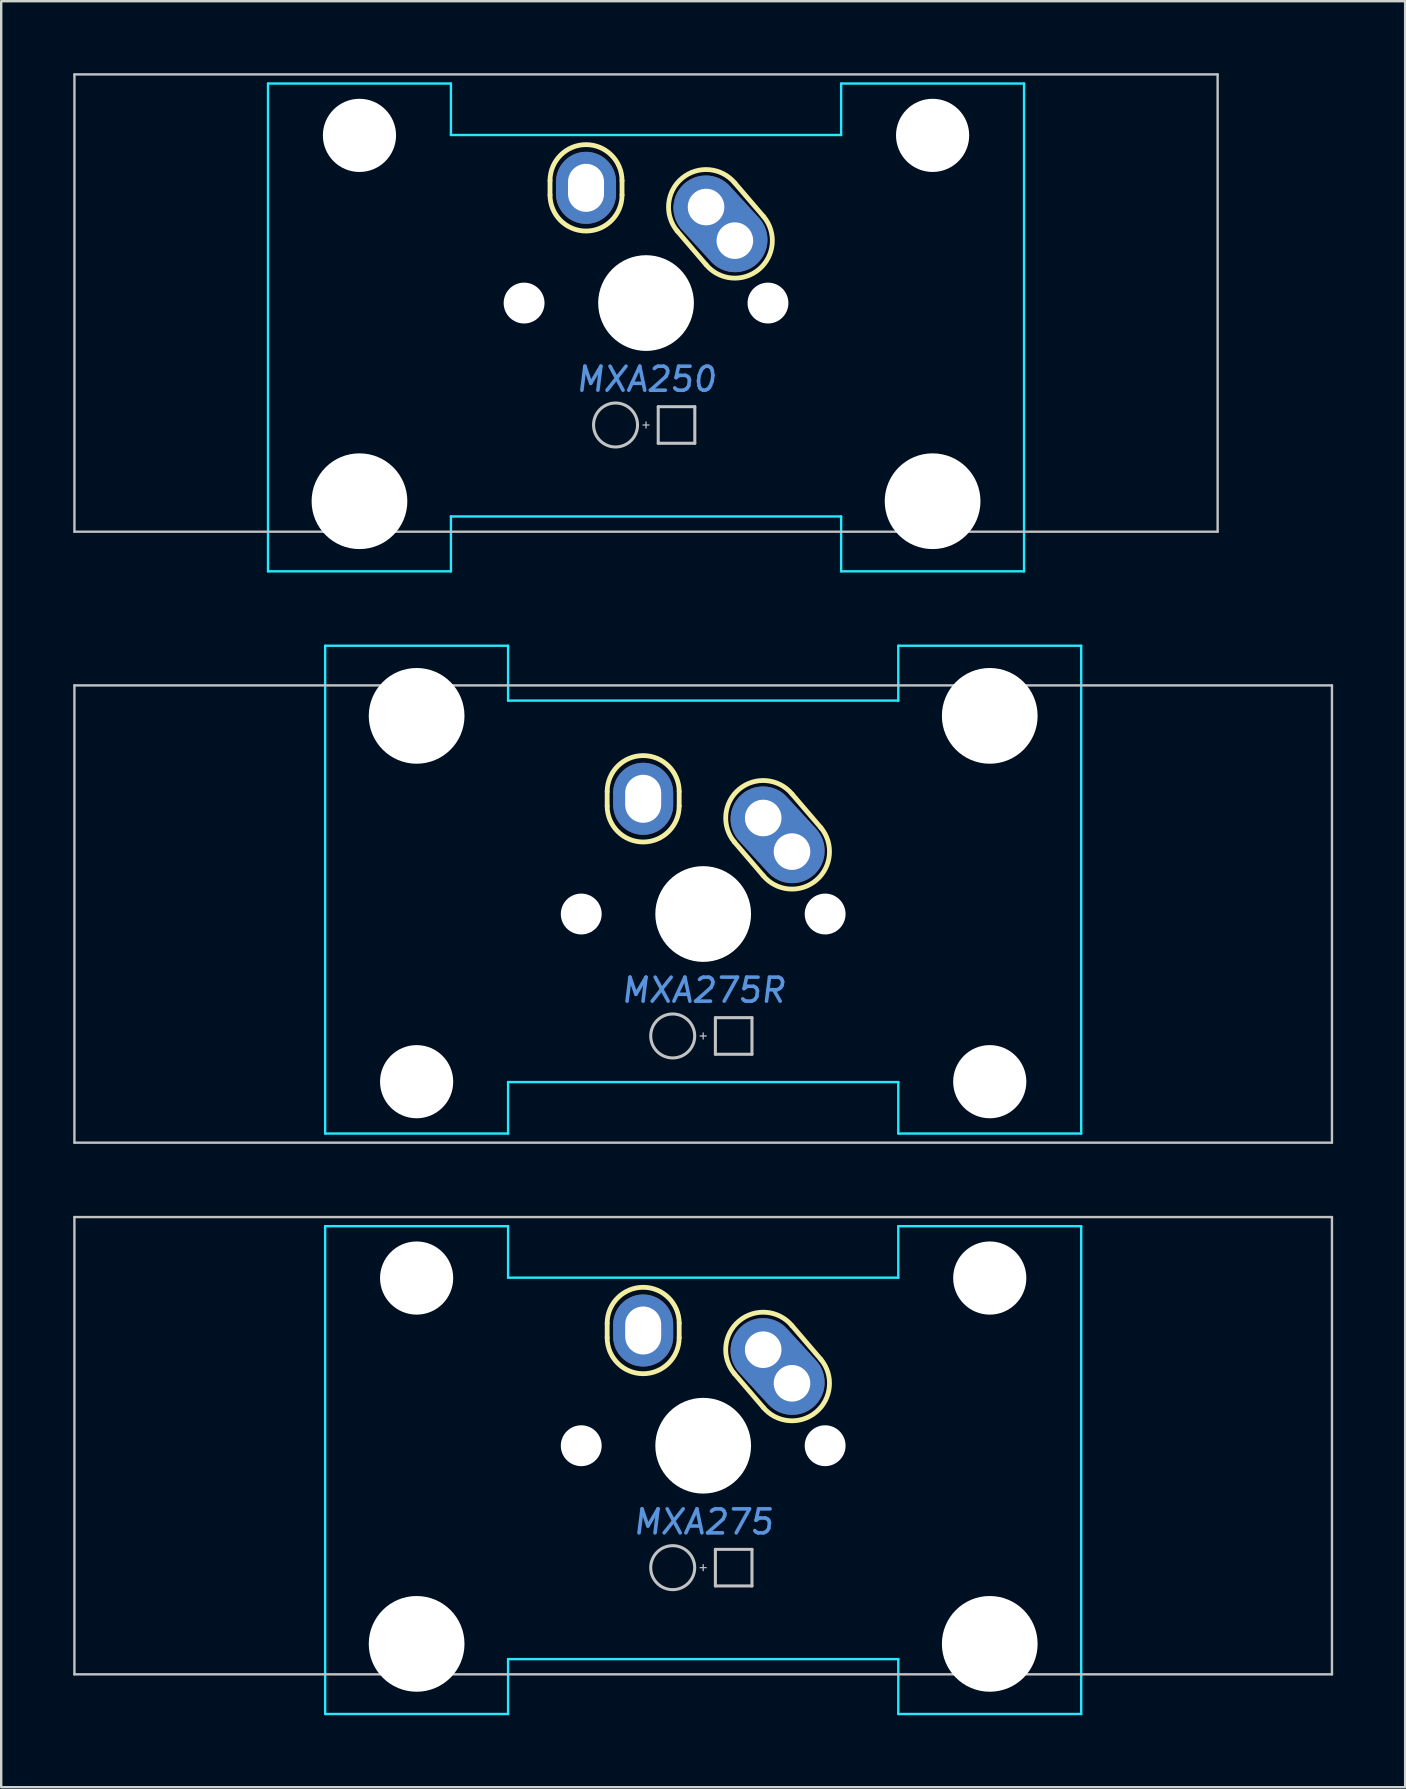
<source format=kicad_pcb>
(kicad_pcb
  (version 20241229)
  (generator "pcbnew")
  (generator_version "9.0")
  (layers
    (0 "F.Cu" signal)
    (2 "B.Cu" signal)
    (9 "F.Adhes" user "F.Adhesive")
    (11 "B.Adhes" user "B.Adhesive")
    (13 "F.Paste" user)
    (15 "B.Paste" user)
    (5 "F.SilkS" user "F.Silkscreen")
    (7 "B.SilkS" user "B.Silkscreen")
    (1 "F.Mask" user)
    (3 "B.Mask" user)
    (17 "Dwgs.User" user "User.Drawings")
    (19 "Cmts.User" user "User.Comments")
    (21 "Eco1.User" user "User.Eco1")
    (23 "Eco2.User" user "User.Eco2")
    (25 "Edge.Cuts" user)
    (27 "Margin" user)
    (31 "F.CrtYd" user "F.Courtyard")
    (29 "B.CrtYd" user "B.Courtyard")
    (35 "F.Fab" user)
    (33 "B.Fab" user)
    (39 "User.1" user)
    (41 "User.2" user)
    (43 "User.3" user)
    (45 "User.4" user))
  (footprint "MXA275"
    (layer "F.Cu")
    (at 26.244 57.177)
    (property "Reference" "MXA275" (at 0 3.175 0) (layer "Cmts.User") (effects (font (size 1 1) (thickness 0.15) (italic yes))))
    (attr through_hole)
    (fp_line (start -4 -4.5) (end -4 -5.1) (stroke (width 0.2) (type solid)) (layer "F.SilkS"))
    (fp_line (start -1 -4.5) (end -1 -5.1) (stroke (width 0.2) (type solid)) (layer "F.SilkS"))
    (fp_line (start 1.3 -3) (end 2.5 -1.6) (stroke (width 0.2) (type solid)) (layer "F.SilkS"))
    (fp_line (start 3.7 -5) (end 4.9 -3.6) (stroke (width 0.2) (type solid)) (layer "F.SilkS"))
    (fp_arc (start -4 -5.1) (mid -2.5 -6.6) (end -1 -5.1) (stroke (width 0.2) (type solid)) (layer "F.SilkS"))
    (fp_arc (start -1 -4.5) (mid -2.5 -3) (end -4 -4.5) (stroke (width 0.2) (type solid)) (layer "F.SilkS"))
    (fp_arc (start 1.3 -3) (mid 1.5 -5.2) (end 3.7 -5) (stroke (width 0.2) (type solid)) (layer "F.SilkS"))
    (fp_arc (start 4.9 -3.6) (mid 4.7 -1.4) (end 2.5 -1.6) (stroke (width 0.2) (type solid)) (layer "F.SilkS"))
    (fp_line (start -26.194 -9.525) (end -26.194 9.525) (stroke (width 0.1) (type solid)) (layer "Dwgs.User"))
    (fp_line (start -0.127 5.08) (end 0.127 5.08) (stroke (width 0.051) (type solid)) (layer "Dwgs.User"))
    (fp_line (start 0 4.953) (end 0 5.207) (stroke (width 0.051) (type solid)) (layer "Dwgs.User"))
    (fp_line (start 0.508 4.318) (end 0.508 5.842) (stroke (width 0.127) (type solid)) (layer "Dwgs.User"))
    (fp_line (start 0.508 4.318) (end 2.032 4.318) (stroke (width 0.127) (type solid)) (layer "Dwgs.User"))
    (fp_line (start 0.508 5.842) (end 2.032 5.842) (stroke (width 0.127) (type solid)) (layer "Dwgs.User"))
    (fp_line (start 2.032 5.842) (end 2.032 4.318) (stroke (width 0.127) (type solid)) (layer "Dwgs.User"))
    (fp_line (start 26.194 -9.525) (end -26.194 -9.525) (stroke (width 0.1) (type solid)) (layer "Dwgs.User"))
    (fp_line (start 26.194 -9.525) (end 26.194 9.525) (stroke (width 0.1) (type solid)) (layer "Dwgs.User"))
    (fp_line (start 26.194 9.525) (end -26.194 9.525) (stroke (width 0.1) (type solid)) (layer "Dwgs.User"))
    (fp_circle (center -1.27 5.08) (end -0.354 5.08) (stroke (width 0.127) (type solid)) (fill no) (layer "Dwgs.User"))
    (fp_line (start -15.748 -9.144) (end -15.748 11.176) (stroke (width 0.1) (type solid)) (layer "B.CrtYd"))
    (fp_line (start -15.748 -9.144) (end -8.128 -9.144) (stroke (width 0.1) (type solid)) (layer "B.CrtYd"))
    (fp_line (start -15.748 11.176) (end -8.128 11.176) (stroke (width 0.1) (type solid)) (layer "B.CrtYd"))
    (fp_line (start -8.128 -7) (end -8.128 -9.144) (stroke (width 0.1) (type solid)) (layer "B.CrtYd"))
    (fp_line (start -8.128 8.89) (end -8.128 11.176) (stroke (width 0.1) (type solid)) (layer "B.CrtYd"))
    (fp_line (start -8.128 8.89) (end 8.128 8.89) (stroke (width 0.1) (type solid)) (layer "B.CrtYd"))
    (fp_line (start 8.128 -9.144) (end 15.748 -9.144) (stroke (width 0.1) (type solid)) (layer "B.CrtYd"))
    (fp_line (start 8.128 -7) (end -8.128 -7) (stroke (width 0.1) (type solid)) (layer "B.CrtYd"))
    (fp_line (start 8.128 -7) (end 8.128 -9.144) (stroke (width 0.1) (type solid)) (layer "B.CrtYd"))
    (fp_line (start 8.128 8.89) (end 8.128 11.176) (stroke (width 0.1) (type solid)) (layer "B.CrtYd"))
    (fp_line (start 8.128 11.176) (end 15.748 11.176) (stroke (width 0.1) (type solid)) (layer "B.CrtYd"))
    (fp_line (start 15.748 -9.144) (end 15.748 11.176) (stroke (width 0.1) (type solid)) (layer "B.CrtYd"))
    (pad "" np_thru_hole circle (at -11.938 -6.985 180) (size 3.048 3.048) (drill 3.048) (layers "*.Cu" "*.Mask"))
    (pad "" np_thru_hole circle (at -11.938 8.255 180) (size 3.988 3.988) (drill 3.988) (layers "*.Cu" "*.Mask"))
    (pad "" np_thru_hole circle (at -5.08 0) (size 1.702 1.702) (drill 1.702) (layers "*.Cu" "*.Mask"))
    (pad "" np_thru_hole circle (at 0 0) (size 3.988 3.988) (drill 3.988) (layers "*.Cu" "*.Mask"))
    (pad "" np_thru_hole circle (at 5.08 0) (size 1.702 1.702) (drill 1.702) (layers "*.Cu" "*.Mask"))
    (pad "" np_thru_hole circle (at 11.938 -6.985 180) (size 3.048 3.048) (drill 3.048) (layers "*.Cu" "*.Mask"))
    (pad "" np_thru_hole circle (at 11.938 8.255 180) (size 3.988 3.988) (drill 3.988) (layers "*.Cu" "*.Mask"))
    (pad "1" thru_hole oval (at -2.5 -4.8) (size 2.5 3) (drill oval 1.5 2) (layers "*.Cu" "*.Mask"))
    (pad "2" thru_hole circle (at 2.5 -4) (size 2.5 2.5) (drill 1.524) (layers "*.Cu" "*.Mask"))
    (pad "2" smd oval (at 3.1 -3.3 222.5) (size 2.7 4.5) (layers "F.Cu" "F.Mask"))
    (pad "2" smd oval (at 3.1 -3.3 222.5) (size 2.7 4.5) (layers "B.Cu" "B.Mask"))
    (pad "2" thru_hole circle (at 3.7 -2.6) (size 2.5 2.5) (drill 1.524) (layers "*.Cu" "*.Mask")))
  (footprint "MXA275R"
    (layer "F.Cu")
    (at 26.244 35.027)
    (property "Reference" "MXA275R" (at 0 3.175 0) (layer "Cmts.User") (effects (font (size 1 1) (thickness 0.15) (italic yes))))
    (attr through_hole)
    (fp_line (start -4 -4.5) (end -4 -5.1) (stroke (width 0.2) (type solid)) (layer "F.SilkS"))
    (fp_line (start -1 -4.5) (end -1 -5.1) (stroke (width 0.2) (type solid)) (layer "F.SilkS"))
    (fp_line (start 1.3 -3) (end 2.5 -1.6) (stroke (width 0.2) (type solid)) (layer "F.SilkS"))
    (fp_line (start 3.7 -5) (end 4.9 -3.6) (stroke (width 0.2) (type solid)) (layer "F.SilkS"))
    (fp_arc (start -4 -5.1) (mid -2.5 -6.6) (end -1 -5.1) (stroke (width 0.2) (type solid)) (layer "F.SilkS"))
    (fp_arc (start -1 -4.5) (mid -2.5 -3) (end -4 -4.5) (stroke (width 0.2) (type solid)) (layer "F.SilkS"))
    (fp_arc (start 1.3 -3) (mid 1.5 -5.2) (end 3.7 -5) (stroke (width 0.2) (type solid)) (layer "F.SilkS"))
    (fp_arc (start 4.9 -3.6) (mid 4.7 -1.4) (end 2.5 -1.6) (stroke (width 0.2) (type solid)) (layer "F.SilkS"))
    (fp_line (start -26.194 -9.525) (end -26.194 9.525) (stroke (width 0.1) (type solid)) (layer "Dwgs.User"))
    (fp_line (start -0.127 5.08) (end 0.127 5.08) (stroke (width 0.051) (type solid)) (layer "Dwgs.User"))
    (fp_line (start 0 4.953) (end 0 5.207) (stroke (width 0.051) (type solid)) (layer "Dwgs.User"))
    (fp_line (start 0.508 4.318) (end 0.508 5.842) (stroke (width 0.127) (type solid)) (layer "Dwgs.User"))
    (fp_line (start 0.508 4.318) (end 2.032 4.318) (stroke (width 0.127) (type solid)) (layer "Dwgs.User"))
    (fp_line (start 0.508 5.842) (end 2.032 5.842) (stroke (width 0.127) (type solid)) (layer "Dwgs.User"))
    (fp_line (start 2.032 5.842) (end 2.032 4.318) (stroke (width 0.127) (type solid)) (layer "Dwgs.User"))
    (fp_line (start 26.194 -9.525) (end -26.194 -9.525) (stroke (width 0.1) (type solid)) (layer "Dwgs.User"))
    (fp_line (start 26.194 -9.525) (end 26.194 9.525) (stroke (width 0.1) (type solid)) (layer "Dwgs.User"))
    (fp_line (start 26.194 9.525) (end -26.194 9.525) (stroke (width 0.1) (type solid)) (layer "Dwgs.User"))
    (fp_circle (center -1.27 5.08) (end -0.354 5.08) (stroke (width 0.127) (type solid)) (fill no) (layer "Dwgs.User"))
    (fp_line (start -15.748 9.144) (end -15.748 -11.176) (stroke (width 0.1) (type solid)) (layer "B.CrtYd"))
    (fp_line (start -8.128 -11.176) (end -15.748 -11.176) (stroke (width 0.1) (type solid)) (layer "B.CrtYd"))
    (fp_line (start -8.128 -8.89) (end -8.128 -11.176) (stroke (width 0.1) (type solid)) (layer "B.CrtYd"))
    (fp_line (start -8.128 7) (end -8.128 9.144) (stroke (width 0.1) (type solid)) (layer "B.CrtYd"))
    (fp_line (start -8.128 7) (end 8.128 7) (stroke (width 0.1) (type solid)) (layer "B.CrtYd"))
    (fp_line (start -8.128 9.144) (end -15.748 9.144) (stroke (width 0.1) (type solid)) (layer "B.CrtYd"))
    (fp_line (start 8.128 -8.89) (end -8.128 -8.89) (stroke (width 0.1) (type solid)) (layer "B.CrtYd"))
    (fp_line (start 8.128 -8.89) (end 8.128 -11.176) (stroke (width 0.1) (type solid)) (layer "B.CrtYd"))
    (fp_line (start 8.128 7) (end 8.128 9.144) (stroke (width 0.1) (type solid)) (layer "B.CrtYd"))
    (fp_line (start 15.748 -11.176) (end 8.128 -11.176) (stroke (width 0.1) (type solid)) (layer "B.CrtYd"))
    (fp_line (start 15.748 9.144) (end 8.128 9.144) (stroke (width 0.1) (type solid)) (layer "B.CrtYd"))
    (fp_line (start 15.748 9.144) (end 15.748 -11.176) (stroke (width 0.1) (type solid)) (layer "B.CrtYd"))
    (pad "" np_thru_hole circle (at -11.938 -8.255) (size 3.988 3.988) (drill 3.988) (layers "*.Cu" "*.Mask"))
    (pad "" np_thru_hole circle (at -11.938 6.985) (size 3.048 3.048) (drill 3.048) (layers "*.Cu" "*.Mask"))
    (pad "" np_thru_hole circle (at -5.08 0) (size 1.702 1.702) (drill 1.702) (layers "*.Cu" "*.Mask"))
    (pad "" np_thru_hole circle (at 0 0) (size 3.988 3.988) (drill 3.988) (layers "*.Cu" "*.Mask"))
    (pad "" np_thru_hole circle (at 5.08 0) (size 1.702 1.702) (drill 1.702) (layers "*.Cu" "*.Mask"))
    (pad "" np_thru_hole circle (at 11.938 -8.255) (size 3.988 3.988) (drill 3.988) (layers "*.Cu" "*.Mask"))
    (pad "" np_thru_hole circle (at 11.938 6.985) (size 3.048 3.048) (drill 3.048) (layers "*.Cu" "*.Mask"))
    (pad "1" thru_hole oval (at -2.5 -4.8) (size 2.5 3) (drill oval 1.5 2) (layers "*.Cu" "*.Mask"))
    (pad "2" thru_hole circle (at 2.5 -4) (size 2.5 2.5) (drill 1.524) (layers "*.Cu" "*.Mask"))
    (pad "2" smd oval (at 3.1 -3.3 222.5) (size 2.7 4.5) (layers "F.Cu" "F.Mask"))
    (pad "2" smd oval (at 3.1 -3.3 222.5) (size 2.7 4.5) (layers "B.Cu" "B.Mask"))
    (pad "2" thru_hole circle (at 3.7 -2.6) (size 2.5 2.5) (drill 1.524) (layers "*.Cu" "*.Mask")))
  (footprint "MXA250"
    (layer "F.Cu")
    (at 23.863 9.575)
    (property "Reference" "MXA250" (at 0 3.175 0) (layer "Cmts.User") (effects (font (size 1 1) (thickness 0.15) (italic yes))))
    (attr through_hole)
    (fp_line (start -4 -4.5) (end -4 -5.1) (stroke (width 0.2) (type solid)) (layer "F.SilkS"))
    (fp_line (start -1 -4.5) (end -1 -5.1) (stroke (width 0.2) (type solid)) (layer "F.SilkS"))
    (fp_line (start 1.3 -3) (end 2.5 -1.6) (stroke (width 0.2) (type solid)) (layer "F.SilkS"))
    (fp_line (start 3.7 -5) (end 4.9 -3.6) (stroke (width 0.2) (type solid)) (layer "F.SilkS"))
    (fp_arc (start -4 -5.1) (mid -2.5 -6.6) (end -1 -5.1) (stroke (width 0.2) (type solid)) (layer "F.SilkS"))
    (fp_arc (start -1 -4.5) (mid -2.5 -3) (end -4 -4.5) (stroke (width 0.2) (type solid)) (layer "F.SilkS"))
    (fp_arc (start 1.3 -3) (mid 1.5 -5.2) (end 3.7 -5) (stroke (width 0.2) (type solid)) (layer "F.SilkS"))
    (fp_arc (start 4.9 -3.6) (mid 4.7 -1.4) (end 2.5 -1.6) (stroke (width 0.2) (type solid)) (layer "F.SilkS"))
    (fp_line (start -23.812 -9.525) (end -23.812 9.525) (stroke (width 0.1) (type solid)) (layer "Dwgs.User"))
    (fp_line (start -0.127 5.08) (end 0.127 5.08) (stroke (width 0.051) (type solid)) (layer "Dwgs.User"))
    (fp_line (start 0 4.953) (end 0 5.207) (stroke (width 0.051) (type solid)) (layer "Dwgs.User"))
    (fp_line (start 0.508 4.318) (end 0.508 5.842) (stroke (width 0.127) (type solid)) (layer "Dwgs.User"))
    (fp_line (start 0.508 4.318) (end 2.032 4.318) (stroke (width 0.127) (type solid)) (layer "Dwgs.User"))
    (fp_line (start 0.508 5.842) (end 2.032 5.842) (stroke (width 0.127) (type solid)) (layer "Dwgs.User"))
    (fp_line (start 2.032 5.842) (end 2.032 4.318) (stroke (width 0.127) (type solid)) (layer "Dwgs.User"))
    (fp_line (start 23.812 -9.525) (end -23.812 -9.525) (stroke (width 0.1) (type solid)) (layer "Dwgs.User"))
    (fp_line (start 23.812 -9.525) (end 23.812 9.525) (stroke (width 0.1) (type solid)) (layer "Dwgs.User"))
    (fp_line (start 23.812 9.525) (end -23.812 9.525) (stroke (width 0.1) (type solid)) (layer "Dwgs.User"))
    (fp_circle (center -1.27 5.08) (end -0.354 5.08) (stroke (width 0.127) (type solid)) (fill no) (layer "Dwgs.User"))
    (fp_line (start -15.748 -9.144) (end -15.748 11.176) (stroke (width 0.1) (type solid)) (layer "B.CrtYd"))
    (fp_line (start -15.748 -9.144) (end -8.128 -9.144) (stroke (width 0.1) (type solid)) (layer "B.CrtYd"))
    (fp_line (start -15.748 11.176) (end -8.128 11.176) (stroke (width 0.1) (type solid)) (layer "B.CrtYd"))
    (fp_line (start -8.128 -7) (end -8.128 -9.144) (stroke (width 0.1) (type solid)) (layer "B.CrtYd"))
    (fp_line (start -8.128 8.89) (end -8.128 11.176) (stroke (width 0.1) (type solid)) (layer "B.CrtYd"))
    (fp_line (start -8.128 8.89) (end 8.128 8.89) (stroke (width 0.1) (type solid)) (layer "B.CrtYd"))
    (fp_line (start 8.128 -9.144) (end 15.748 -9.144) (stroke (width 0.1) (type solid)) (layer "B.CrtYd"))
    (fp_line (start 8.128 -7) (end -8.128 -7) (stroke (width 0.1) (type solid)) (layer "B.CrtYd"))
    (fp_line (start 8.128 -7) (end 8.128 -9.144) (stroke (width 0.1) (type solid)) (layer "B.CrtYd"))
    (fp_line (start 8.128 8.89) (end 8.128 11.176) (stroke (width 0.1) (type solid)) (layer "B.CrtYd"))
    (fp_line (start 8.128 11.176) (end 15.748 11.176) (stroke (width 0.1) (type solid)) (layer "B.CrtYd"))
    (fp_line (start 15.748 -9.144) (end 15.748 11.176) (stroke (width 0.1) (type solid)) (layer "B.CrtYd"))
    (pad "" np_thru_hole circle (at -11.938 -6.985 180) (size 3.048 3.048) (drill 3.048) (layers "*.Cu" "*.Mask"))
    (pad "" np_thru_hole circle (at -11.938 8.255 180) (size 3.988 3.988) (drill 3.988) (layers "*.Cu" "*.Mask"))
    (pad "" np_thru_hole circle (at -5.08 0) (size 1.702 1.702) (drill 1.702) (layers "*.Cu" "*.Mask"))
    (pad "" np_thru_hole circle (at 0 0) (size 3.988 3.988) (drill 3.988) (layers "*.Cu" "*.Mask"))
    (pad "" np_thru_hole circle (at 5.08 0) (size 1.702 1.702) (drill 1.702) (layers "*.Cu" "*.Mask"))
    (pad "" np_thru_hole circle (at 11.938 -6.985 180) (size 3.048 3.048) (drill 3.048) (layers "*.Cu" "*.Mask"))
    (pad "" np_thru_hole circle (at 11.938 8.255 180) (size 3.988 3.988) (drill 3.988) (layers "*.Cu" "*.Mask"))
    (pad "1" thru_hole oval (at -2.5 -4.8) (size 2.5 3) (drill oval 1.5 2) (layers "*.Cu" "*.Mask"))
    (pad "2" thru_hole circle (at 2.5 -4) (size 2.5 2.5) (drill 1.524) (layers "*.Cu" "*.Mask"))
    (pad "2" smd oval (at 3.1 -3.3 222.5) (size 2.7 4.5) (layers "F.Cu" "F.Mask"))
    (pad "2" smd oval (at 3.1 -3.3 222.5) (size 2.7 4.5) (layers "B.Cu" "B.Mask"))
    (pad "2" thru_hole circle (at 3.7 -2.6) (size 2.5 2.5) (drill 1.524) (layers "*.Cu" "*.Mask")))
  (gr_rect
    (start -3 -3)
    (end 55.487 71.403)
    (stroke (width 0.1) (type default))
    (fill no)
    (layer "Edge.Cuts")))
</source>
